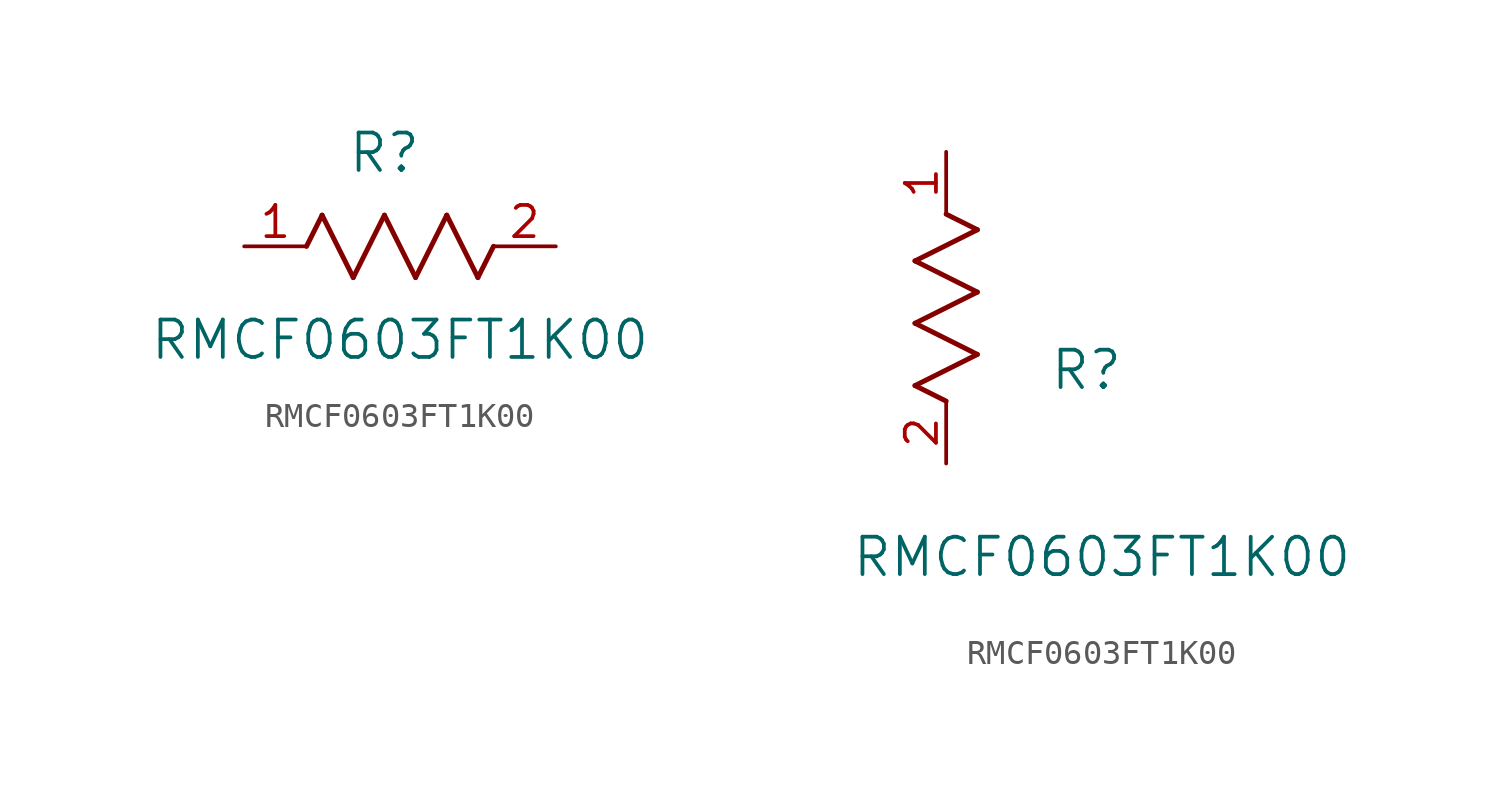
<source format=kicad_sym>
(kicad_symbol_lib
  (version 20211014)
  (generator kicad_symbol_editor)
  (symbol "RMCF0603FT1K00"
    (pin_names
      (offset 0.254))
    (property "Reference" "R"
      (at 5.715 3.81 0)
      (effects (font (size 1.524 1.524))))
    (property "Value" "RMCF0603FT1K00"
      (at 6.35 -3.81 0)
      (effects (font (size 1.524 1.524))))
    (symbol "RMCF0603FT1K00_1_1"
      (polyline (pts (xy 3.175 1.27) (xy 4.445 -1.27)) (stroke (width 0.203) (type default) (color 0 0 0 0)) (fill (type none)))
      (polyline (pts (xy 4.445 -1.27) (xy 5.715 1.27)) (stroke (width 0.203) (type default) (color 0 0 0 0)) (fill (type none)))
      (polyline (pts (xy 5.715 1.27) (xy 6.985 -1.27)) (stroke (width 0.203) (type default) (color 0 0 0 0)) (fill (type none)))
      (polyline (pts (xy 6.985 -1.27) (xy 8.255 1.27)) (stroke (width 0.203) (type default) (color 0 0 0 0)) (fill (type none)))
      (polyline (pts (xy 8.255 1.27) (xy 9.525 -1.27)) (stroke (width 0.203) (type default) (color 0 0 0 0)) (fill (type none)))
      (polyline (pts (xy 2.54 0) (xy 3.175 1.27)) (stroke (width 0.203) (type default) (color 0 0 0 0)) (fill (type none)))
      (polyline (pts (xy 9.525 -1.27) (xy 10.16 0)) (stroke (width 0.203) (type default) (color 0 0 0 0)) (fill (type none)))
      (pin unspecified line (at 0 0 0) (length 2.54) (name "" (effects (font (size 1.27 1.27)))) (number "1" (effects (font (size 1.27 1.27)))))
      (pin unspecified line (at 12.7 0 180) (length 2.54) (name "" (effects (font (size 1.27 1.27)))) (number "2" (effects (font (size 1.27 1.27))))))
    (symbol "RMCF0603FT1K00_1_2"
      (polyline (pts (xy 0 2.54) (xy -1.27 3.175)) (stroke (width 0.203) (type default) (color 0 0 0 0)) (fill (type none)))
      (polyline (pts (xy -1.27 3.175) (xy 1.27 4.445)) (stroke (width 0.203) (type default) (color 0 0 0 0)) (fill (type none)))
      (polyline (pts (xy 1.27 4.445) (xy -1.27 5.715)) (stroke (width 0.203) (type default) (color 0 0 0 0)) (fill (type none)))
      (polyline (pts (xy -1.27 5.715) (xy 1.27 6.985)) (stroke (width 0.203) (type default) (color 0 0 0 0)) (fill (type none)))
      (polyline (pts (xy -1.27 8.255) (xy 1.27 9.525)) (stroke (width 0.203) (type default) (color 0 0 0 0)) (fill (type none)))
      (polyline (pts (xy 1.27 9.525) (xy 0 10.16)) (stroke (width 0.203) (type default) (color 0 0 0 0)) (fill (type none)))
      (polyline (pts (xy 1.27 6.985) (xy -1.27 8.255)) (stroke (width 0.203) (type default) (color 0 0 0 0)) (fill (type none)))
      (pin unspecified line (at 0 12.7 270) (length 2.54) (name "" (effects (font (size 1.27 1.27)))) (number "1" (effects (font (size 1.27 1.27)))))
      (pin unspecified line (at 0 0 90) (length 2.54) (name "" (effects (font (size 1.27 1.27)))) (number "2" (effects (font (size 1.27 1.27))))))))
</source>
